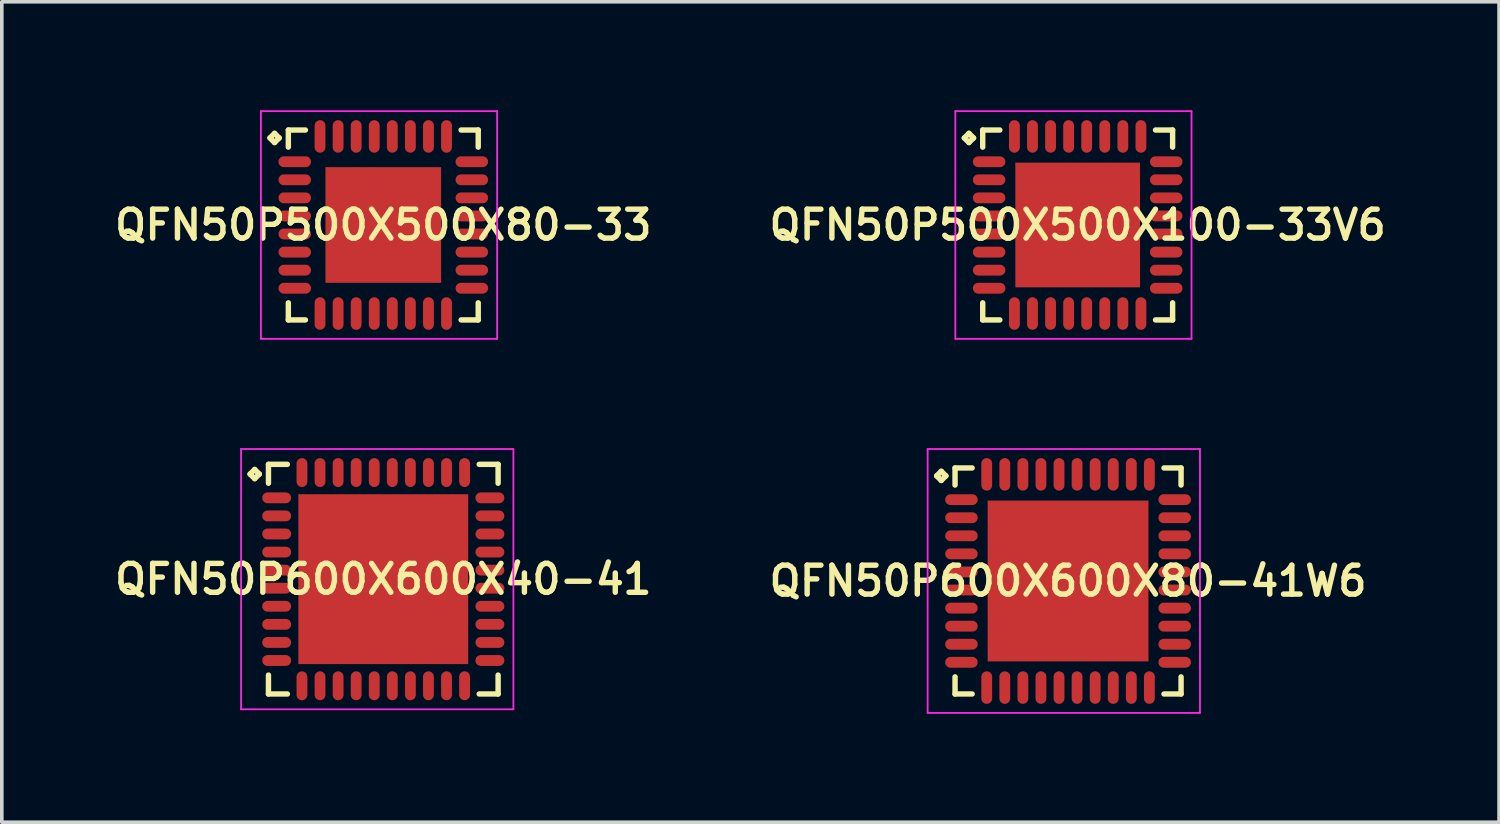
<source format=kicad_pcb>
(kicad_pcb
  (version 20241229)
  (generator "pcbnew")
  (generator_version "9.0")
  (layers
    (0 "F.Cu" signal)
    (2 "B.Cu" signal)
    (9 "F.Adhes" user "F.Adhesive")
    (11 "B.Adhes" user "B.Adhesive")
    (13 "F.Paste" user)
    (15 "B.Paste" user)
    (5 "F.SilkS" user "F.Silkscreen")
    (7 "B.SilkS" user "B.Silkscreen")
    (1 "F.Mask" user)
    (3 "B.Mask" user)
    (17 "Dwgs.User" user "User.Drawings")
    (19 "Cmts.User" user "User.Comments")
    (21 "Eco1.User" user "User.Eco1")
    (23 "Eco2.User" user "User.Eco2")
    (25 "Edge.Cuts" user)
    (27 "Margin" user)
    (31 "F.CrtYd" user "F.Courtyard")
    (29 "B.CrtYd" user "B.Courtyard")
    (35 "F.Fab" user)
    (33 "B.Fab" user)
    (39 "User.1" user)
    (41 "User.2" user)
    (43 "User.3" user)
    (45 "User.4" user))
  (footprint "QFN50P600X600X80-41W6"
    (layer "F.Cu")
    (at 26.502 13.025)
    (property "Reference" "QFN50P600X600X80-41W6" (at 0 0 0) (layer "F.SilkS") (effects (font (size 0.8 0.8) (thickness 0.15))))
    (attr smd)
    (fp_line (start -3.635 -2.908) (end -3.508 -3.035) (stroke (width 0.15) (type solid)) (layer "F.SilkS"))
    (fp_line (start -3.508 -3.035) (end -3.381 -2.908) (stroke (width 0.15) (type solid)) (layer "F.SilkS"))
    (fp_line (start -3.508 -2.781) (end -3.635 -2.908) (stroke (width 0.15) (type solid)) (layer "F.SilkS"))
    (fp_line (start -3.381 -2.908) (end -3.508 -2.781) (stroke (width 0.15) (type solid)) (layer "F.SilkS"))
    (fp_line (start -3.127 -3.127) (end -2.654 -3.127) (stroke (width 0.15) (type solid)) (layer "F.SilkS"))
    (fp_line (start -3.127 -2.654) (end -3.127 -3.127) (stroke (width 0.15) (type solid)) (layer "F.SilkS"))
    (fp_line (start -3.127 2.654) (end -3.127 3.127) (stroke (width 0.15) (type solid)) (layer "F.SilkS"))
    (fp_line (start -3.127 3.127) (end -2.654 3.127) (stroke (width 0.15) (type solid)) (layer "F.SilkS"))
    (fp_line (start 2.654 -3.127) (end 3.127 -3.127) (stroke (width 0.15) (type solid)) (layer "F.SilkS"))
    (fp_line (start 2.654 3.127) (end 3.127 3.127) (stroke (width 0.15) (type solid)) (layer "F.SilkS"))
    (fp_line (start 3.127 -3.127) (end 3.127 -2.654) (stroke (width 0.15) (type solid)) (layer "F.SilkS"))
    (fp_line (start 3.127 3.127) (end 3.127 2.654) (stroke (width 0.15) (type solid)) (layer "F.SilkS"))
    (fp_line (start -3.885 -3.65) (end 3.65 -3.65) (stroke (width 0.05) (type solid)) (layer "F.CrtYd"))
    (fp_line (start -3.885 3.65) (end -3.885 -3.65) (stroke (width 0.05) (type solid)) (layer "F.CrtYd"))
    (fp_line (start 3.65 -3.65) (end 3.65 3.65) (stroke (width 0.05) (type solid)) (layer "F.CrtYd"))
    (fp_line (start 3.65 3.65) (end -3.885 3.65) (stroke (width 0.05) (type solid)) (layer "F.CrtYd"))
    (pad "1" smd oval (at -2.95 -2.25) (size 0.9 0.3) (layers "F.Cu" "F.Mask" "F.Paste"))
    (pad "2" smd oval (at -2.95 -1.75) (size 0.9 0.3) (layers "F.Cu" "F.Mask" "F.Paste"))
    (pad "3" smd oval (at -2.95 -1.25) (size 0.9 0.3) (layers "F.Cu" "F.Mask" "F.Paste"))
    (pad "4" smd oval (at -2.95 -0.75) (size 0.9 0.3) (layers "F.Cu" "F.Mask" "F.Paste"))
    (pad "5" smd oval (at -2.95 -0.25) (size 0.9 0.3) (layers "F.Cu" "F.Mask" "F.Paste"))
    (pad "6" smd oval (at -2.95 0.25) (size 0.9 0.3) (layers "F.Cu" "F.Mask" "F.Paste"))
    (pad "7" smd oval (at -2.95 0.75) (size 0.9 0.3) (layers "F.Cu" "F.Mask" "F.Paste"))
    (pad "8" smd oval (at -2.95 1.25) (size 0.9 0.3) (layers "F.Cu" "F.Mask" "F.Paste"))
    (pad "9" smd oval (at -2.95 1.75) (size 0.9 0.3) (layers "F.Cu" "F.Mask" "F.Paste"))
    (pad "10" smd oval (at -2.95 2.25) (size 0.9 0.3) (layers "F.Cu" "F.Mask" "F.Paste"))
    (pad "11" smd oval (at -2.25 2.95) (size 0.3 0.9) (layers "F.Cu" "F.Mask" "F.Paste"))
    (pad "12" smd oval (at -1.75 2.95) (size 0.3 0.9) (layers "F.Cu" "F.Mask" "F.Paste"))
    (pad "13" smd oval (at -1.25 2.95) (size 0.3 0.9) (layers "F.Cu" "F.Mask" "F.Paste"))
    (pad "14" smd oval (at -0.75 2.95) (size 0.3 0.9) (layers "F.Cu" "F.Mask" "F.Paste"))
    (pad "15" smd oval (at -0.25 2.95) (size 0.3 0.9) (layers "F.Cu" "F.Mask" "F.Paste"))
    (pad "16" smd oval (at 0.25 2.95) (size 0.3 0.9) (layers "F.Cu" "F.Mask" "F.Paste"))
    (pad "17" smd oval (at 0.75 2.95) (size 0.3 0.9) (layers "F.Cu" "F.Mask" "F.Paste"))
    (pad "18" smd oval (at 1.25 2.95) (size 0.3 0.9) (layers "F.Cu" "F.Mask" "F.Paste"))
    (pad "19" smd oval (at 1.75 2.95) (size 0.3 0.9) (layers "F.Cu" "F.Mask" "F.Paste"))
    (pad "20" smd oval (at 2.25 2.95) (size 0.3 0.9) (layers "F.Cu" "F.Mask" "F.Paste"))
    (pad "21" smd oval (at 2.95 2.25) (size 0.9 0.3) (layers "F.Cu" "F.Mask" "F.Paste"))
    (pad "22" smd oval (at 2.95 1.75) (size 0.9 0.3) (layers "F.Cu" "F.Mask" "F.Paste"))
    (pad "23" smd oval (at 2.95 1.25) (size 0.9 0.3) (layers "F.Cu" "F.Mask" "F.Paste"))
    (pad "24" smd oval (at 2.95 0.75) (size 0.9 0.3) (layers "F.Cu" "F.Mask" "F.Paste"))
    (pad "25" smd oval (at 2.95 0.25) (size 0.9 0.3) (layers "F.Cu" "F.Mask" "F.Paste"))
    (pad "26" smd oval (at 2.95 -0.25) (size 0.9 0.3) (layers "F.Cu" "F.Mask" "F.Paste"))
    (pad "27" smd oval (at 2.95 -0.75) (size 0.9 0.3) (layers "F.Cu" "F.Mask" "F.Paste"))
    (pad "28" smd oval (at 2.95 -1.25) (size 0.9 0.3) (layers "F.Cu" "F.Mask" "F.Paste"))
    (pad "29" smd oval (at 2.95 -1.75) (size 0.9 0.3) (layers "F.Cu" "F.Mask" "F.Paste"))
    (pad "30" smd oval (at 2.95 -2.25) (size 0.9 0.3) (layers "F.Cu" "F.Mask" "F.Paste"))
    (pad "31" smd oval (at 2.25 -2.95) (size 0.3 0.9) (layers "F.Cu" "F.Mask" "F.Paste"))
    (pad "32" smd oval (at 1.75 -2.95) (size 0.3 0.9) (layers "F.Cu" "F.Mask" "F.Paste"))
    (pad "33" smd oval (at 1.25 -2.95) (size 0.3 0.9) (layers "F.Cu" "F.Mask" "F.Paste"))
    (pad "34" smd oval (at 0.75 -2.95) (size 0.3 0.9) (layers "F.Cu" "F.Mask" "F.Paste"))
    (pad "35" smd oval (at 0.25 -2.95) (size 0.3 0.9) (layers "F.Cu" "F.Mask" "F.Paste"))
    (pad "36" smd oval (at -0.25 -2.95) (size 0.3 0.9) (layers "F.Cu" "F.Mask" "F.Paste"))
    (pad "37" smd oval (at -0.75 -2.95) (size 0.3 0.9) (layers "F.Cu" "F.Mask" "F.Paste"))
    (pad "38" smd oval (at -1.25 -2.95) (size 0.3 0.9) (layers "F.Cu" "F.Mask" "F.Paste"))
    (pad "39" smd oval (at -1.75 -2.95) (size 0.3 0.9) (layers "F.Cu" "F.Mask" "F.Paste"))
    (pad "40" smd oval (at -2.25 -2.95) (size 0.3 0.9) (layers "F.Cu" "F.Mask" "F.Paste"))
    (pad "41" smd rect (at 0 0) (size 4.45 4.45) (layers "F.Cu" "F.Mask" "F.Paste")))
  (footprint "QFN50P500X500X80-33"
    (layer "F.Cu")
    (at 7.555 3.175)
    (property "Reference" "QFN50P500X500X80-33" (at 0 0 0) (layer "F.SilkS") (effects (font (size 0.8 0.8) (thickness 0.15))))
    (attr smd)
    (fp_line (start -3.135 -2.408) (end -3.008 -2.535) (stroke (width 0.15) (type solid)) (layer "F.SilkS"))
    (fp_line (start -3.008 -2.535) (end -2.881 -2.408) (stroke (width 0.15) (type solid)) (layer "F.SilkS"))
    (fp_line (start -3.008 -2.281) (end -3.135 -2.408) (stroke (width 0.15) (type solid)) (layer "F.SilkS"))
    (fp_line (start -2.881 -2.408) (end -3.008 -2.281) (stroke (width 0.15) (type solid)) (layer "F.SilkS"))
    (fp_line (start -2.627 -2.627) (end -2.154 -2.627) (stroke (width 0.15) (type solid)) (layer "F.SilkS"))
    (fp_line (start -2.627 -2.154) (end -2.627 -2.627) (stroke (width 0.15) (type solid)) (layer "F.SilkS"))
    (fp_line (start -2.627 2.154) (end -2.627 2.627) (stroke (width 0.15) (type solid)) (layer "F.SilkS"))
    (fp_line (start -2.627 2.627) (end -2.154 2.627) (stroke (width 0.15) (type solid)) (layer "F.SilkS"))
    (fp_line (start 2.154 -2.627) (end 2.627 -2.627) (stroke (width 0.15) (type solid)) (layer "F.SilkS"))
    (fp_line (start 2.154 2.627) (end 2.627 2.627) (stroke (width 0.15) (type solid)) (layer "F.SilkS"))
    (fp_line (start 2.627 -2.627) (end 2.627 -2.154) (stroke (width 0.15) (type solid)) (layer "F.SilkS"))
    (fp_line (start 2.627 2.627) (end 2.627 2.154) (stroke (width 0.15) (type solid)) (layer "F.SilkS"))
    (fp_line (start -3.385 -3.15) (end 3.15 -3.15) (stroke (width 0.05) (type solid)) (layer "F.CrtYd"))
    (fp_line (start -3.385 3.15) (end -3.385 -3.15) (stroke (width 0.05) (type solid)) (layer "F.CrtYd"))
    (fp_line (start 3.15 -3.15) (end 3.15 3.15) (stroke (width 0.05) (type solid)) (layer "F.CrtYd"))
    (fp_line (start 3.15 3.15) (end -3.385 3.15) (stroke (width 0.05) (type solid)) (layer "F.CrtYd"))
    (pad "1" smd oval (at -2.45 -1.75) (size 0.9 0.3) (layers "F.Cu" "F.Mask" "F.Paste"))
    (pad "2" smd oval (at -2.45 -1.25) (size 0.9 0.3) (layers "F.Cu" "F.Mask" "F.Paste"))
    (pad "3" smd oval (at -2.45 -0.75) (size 0.9 0.3) (layers "F.Cu" "F.Mask" "F.Paste"))
    (pad "4" smd oval (at -2.45 -0.25) (size 0.9 0.3) (layers "F.Cu" "F.Mask" "F.Paste"))
    (pad "5" smd oval (at -2.45 0.25) (size 0.9 0.3) (layers "F.Cu" "F.Mask" "F.Paste"))
    (pad "6" smd oval (at -2.45 0.75) (size 0.9 0.3) (layers "F.Cu" "F.Mask" "F.Paste"))
    (pad "7" smd oval (at -2.45 1.25) (size 0.9 0.3) (layers "F.Cu" "F.Mask" "F.Paste"))
    (pad "8" smd oval (at -2.45 1.75) (size 0.9 0.3) (layers "F.Cu" "F.Mask" "F.Paste"))
    (pad "9" smd oval (at -1.75 2.45) (size 0.3 0.9) (layers "F.Cu" "F.Mask" "F.Paste"))
    (pad "10" smd oval (at -1.25 2.45) (size 0.3 0.9) (layers "F.Cu" "F.Mask" "F.Paste"))
    (pad "11" smd oval (at -0.75 2.45) (size 0.3 0.9) (layers "F.Cu" "F.Mask" "F.Paste"))
    (pad "12" smd oval (at -0.25 2.45) (size 0.3 0.9) (layers "F.Cu" "F.Mask" "F.Paste"))
    (pad "13" smd oval (at 0.25 2.45) (size 0.3 0.9) (layers "F.Cu" "F.Mask" "F.Paste"))
    (pad "14" smd oval (at 0.75 2.45) (size 0.3 0.9) (layers "F.Cu" "F.Mask" "F.Paste"))
    (pad "15" smd oval (at 1.25 2.45) (size 0.3 0.9) (layers "F.Cu" "F.Mask" "F.Paste"))
    (pad "16" smd oval (at 1.75 2.45) (size 0.3 0.9) (layers "F.Cu" "F.Mask" "F.Paste"))
    (pad "17" smd oval (at 2.45 1.75) (size 0.9 0.3) (layers "F.Cu" "F.Mask" "F.Paste"))
    (pad "18" smd oval (at 2.45 1.25) (size 0.9 0.3) (layers "F.Cu" "F.Mask" "F.Paste"))
    (pad "19" smd oval (at 2.45 0.75) (size 0.9 0.3) (layers "F.Cu" "F.Mask" "F.Paste"))
    (pad "20" smd oval (at 2.45 0.25) (size 0.9 0.3) (layers "F.Cu" "F.Mask" "F.Paste"))
    (pad "21" smd oval (at 2.45 -0.25) (size 0.9 0.3) (layers "F.Cu" "F.Mask" "F.Paste"))
    (pad "22" smd oval (at 2.45 -0.75) (size 0.9 0.3) (layers "F.Cu" "F.Mask" "F.Paste"))
    (pad "23" smd oval (at 2.45 -1.25) (size 0.9 0.3) (layers "F.Cu" "F.Mask" "F.Paste"))
    (pad "24" smd oval (at 2.45 -1.75) (size 0.9 0.3) (layers "F.Cu" "F.Mask" "F.Paste"))
    (pad "25" smd oval (at 1.75 -2.45) (size 0.3 0.9) (layers "F.Cu" "F.Mask" "F.Paste"))
    (pad "26" smd oval (at 1.25 -2.45) (size 0.3 0.9) (layers "F.Cu" "F.Mask" "F.Paste"))
    (pad "27" smd oval (at 0.75 -2.45) (size 0.3 0.9) (layers "F.Cu" "F.Mask" "F.Paste"))
    (pad "28" smd oval (at 0.25 -2.45) (size 0.3 0.9) (layers "F.Cu" "F.Mask" "F.Paste"))
    (pad "29" smd oval (at -0.25 -2.45) (size 0.3 0.9) (layers "F.Cu" "F.Mask" "F.Paste"))
    (pad "30" smd oval (at -0.75 -2.45) (size 0.3 0.9) (layers "F.Cu" "F.Mask" "F.Paste"))
    (pad "31" smd oval (at -1.25 -2.45) (size 0.3 0.9) (layers "F.Cu" "F.Mask" "F.Paste"))
    (pad "32" smd oval (at -1.75 -2.45) (size 0.3 0.9) (layers "F.Cu" "F.Mask" "F.Paste"))
    (pad "33" smd rect (at 0 0) (size 3.2 3.2) (layers "F.Cu" "F.Mask" "F.Paste")))
  (footprint "QFN50P500X500X100-33V6"
    (layer "F.Cu")
    (at 26.768 3.175)
    (property "Reference" "QFN50P500X500X100-33V6" (at 0 0 0) (layer "F.SilkS") (effects (font (size 0.8 0.8) (thickness 0.15))))
    (attr smd)
    (fp_line (start -3.135 -2.408) (end -3.008 -2.535) (stroke (width 0.15) (type solid)) (layer "F.SilkS"))
    (fp_line (start -3.008 -2.535) (end -2.881 -2.408) (stroke (width 0.15) (type solid)) (layer "F.SilkS"))
    (fp_line (start -3.008 -2.281) (end -3.135 -2.408) (stroke (width 0.15) (type solid)) (layer "F.SilkS"))
    (fp_line (start -2.881 -2.408) (end -3.008 -2.281) (stroke (width 0.15) (type solid)) (layer "F.SilkS"))
    (fp_line (start -2.627 -2.627) (end -2.154 -2.627) (stroke (width 0.15) (type solid)) (layer "F.SilkS"))
    (fp_line (start -2.627 -2.154) (end -2.627 -2.627) (stroke (width 0.15) (type solid)) (layer "F.SilkS"))
    (fp_line (start -2.627 2.154) (end -2.627 2.627) (stroke (width 0.15) (type solid)) (layer "F.SilkS"))
    (fp_line (start -2.627 2.627) (end -2.154 2.627) (stroke (width 0.15) (type solid)) (layer "F.SilkS"))
    (fp_line (start 2.154 -2.627) (end 2.627 -2.627) (stroke (width 0.15) (type solid)) (layer "F.SilkS"))
    (fp_line (start 2.154 2.627) (end 2.627 2.627) (stroke (width 0.15) (type solid)) (layer "F.SilkS"))
    (fp_line (start 2.627 -2.627) (end 2.627 -2.154) (stroke (width 0.15) (type solid)) (layer "F.SilkS"))
    (fp_line (start 2.627 2.627) (end 2.627 2.154) (stroke (width 0.15) (type solid)) (layer "F.SilkS"))
    (fp_line (start -3.385 -3.15) (end 3.15 -3.15) (stroke (width 0.05) (type solid)) (layer "F.CrtYd"))
    (fp_line (start -3.385 3.15) (end -3.385 -3.15) (stroke (width 0.05) (type solid)) (layer "F.CrtYd"))
    (fp_line (start 3.15 -3.15) (end 3.15 3.15) (stroke (width 0.05) (type solid)) (layer "F.CrtYd"))
    (fp_line (start 3.15 3.15) (end -3.385 3.15) (stroke (width 0.05) (type solid)) (layer "F.CrtYd"))
    (pad "1" smd oval (at -2.45 -1.75) (size 0.9 0.3) (layers "F.Cu" "F.Mask" "F.Paste"))
    (pad "2" smd oval (at -2.45 -1.25) (size 0.9 0.3) (layers "F.Cu" "F.Mask" "F.Paste"))
    (pad "3" smd oval (at -2.45 -0.75) (size 0.9 0.3) (layers "F.Cu" "F.Mask" "F.Paste"))
    (pad "4" smd oval (at -2.45 -0.25) (size 0.9 0.3) (layers "F.Cu" "F.Mask" "F.Paste"))
    (pad "5" smd oval (at -2.45 0.25) (size 0.9 0.3) (layers "F.Cu" "F.Mask" "F.Paste"))
    (pad "6" smd oval (at -2.45 0.75) (size 0.9 0.3) (layers "F.Cu" "F.Mask" "F.Paste"))
    (pad "7" smd oval (at -2.45 1.25) (size 0.9 0.3) (layers "F.Cu" "F.Mask" "F.Paste"))
    (pad "8" smd oval (at -2.45 1.75) (size 0.9 0.3) (layers "F.Cu" "F.Mask" "F.Paste"))
    (pad "9" smd oval (at -1.75 2.45) (size 0.3 0.9) (layers "F.Cu" "F.Mask" "F.Paste"))
    (pad "10" smd oval (at -1.25 2.45) (size 0.3 0.9) (layers "F.Cu" "F.Mask" "F.Paste"))
    (pad "11" smd oval (at -0.75 2.45) (size 0.3 0.9) (layers "F.Cu" "F.Mask" "F.Paste"))
    (pad "12" smd oval (at -0.25 2.45) (size 0.3 0.9) (layers "F.Cu" "F.Mask" "F.Paste"))
    (pad "13" smd oval (at 0.25 2.45) (size 0.3 0.9) (layers "F.Cu" "F.Mask" "F.Paste"))
    (pad "14" smd oval (at 0.75 2.45) (size 0.3 0.9) (layers "F.Cu" "F.Mask" "F.Paste"))
    (pad "15" smd oval (at 1.25 2.45) (size 0.3 0.9) (layers "F.Cu" "F.Mask" "F.Paste"))
    (pad "16" smd oval (at 1.75 2.45) (size 0.3 0.9) (layers "F.Cu" "F.Mask" "F.Paste"))
    (pad "17" smd oval (at 2.45 1.75) (size 0.9 0.3) (layers "F.Cu" "F.Mask" "F.Paste"))
    (pad "18" smd oval (at 2.45 1.25) (size 0.9 0.3) (layers "F.Cu" "F.Mask" "F.Paste"))
    (pad "19" smd oval (at 2.45 0.75) (size 0.9 0.3) (layers "F.Cu" "F.Mask" "F.Paste"))
    (pad "20" smd oval (at 2.45 0.25) (size 0.9 0.3) (layers "F.Cu" "F.Mask" "F.Paste"))
    (pad "21" smd oval (at 2.45 -0.25) (size 0.9 0.3) (layers "F.Cu" "F.Mask" "F.Paste"))
    (pad "22" smd oval (at 2.45 -0.75) (size 0.9 0.3) (layers "F.Cu" "F.Mask" "F.Paste"))
    (pad "23" smd oval (at 2.45 -1.25) (size 0.9 0.3) (layers "F.Cu" "F.Mask" "F.Paste"))
    (pad "24" smd oval (at 2.45 -1.75) (size 0.9 0.3) (layers "F.Cu" "F.Mask" "F.Paste"))
    (pad "25" smd oval (at 1.75 -2.45) (size 0.3 0.9) (layers "F.Cu" "F.Mask" "F.Paste"))
    (pad "26" smd oval (at 1.25 -2.45) (size 0.3 0.9) (layers "F.Cu" "F.Mask" "F.Paste"))
    (pad "27" smd oval (at 0.75 -2.45) (size 0.3 0.9) (layers "F.Cu" "F.Mask" "F.Paste"))
    (pad "28" smd oval (at 0.25 -2.45) (size 0.3 0.9) (layers "F.Cu" "F.Mask" "F.Paste"))
    (pad "29" smd oval (at -0.25 -2.45) (size 0.3 0.9) (layers "F.Cu" "F.Mask" "F.Paste"))
    (pad "30" smd oval (at -0.75 -2.45) (size 0.3 0.9) (layers "F.Cu" "F.Mask" "F.Paste"))
    (pad "31" smd oval (at -1.25 -2.45) (size 0.3 0.9) (layers "F.Cu" "F.Mask" "F.Paste"))
    (pad "32" smd oval (at -1.75 -2.45) (size 0.3 0.9) (layers "F.Cu" "F.Mask" "F.Paste"))
    (pad "33" smd rect (at 0 0) (size 3.45 3.45) (layers "F.Cu" "F.Mask" "F.Paste")))
  (footprint "QFN50P600X600X40-41"
    (layer "F.Cu")
    (at 7.555 12.975)
    (property "Reference" "QFN50P600X600X40-41" (at 0 0 0) (layer "F.SilkS") (effects (font (size 0.8 0.8) (thickness 0.15))))
    (attr smd)
    (fp_line (start -3.685 -2.908) (end -3.558 -3.035) (stroke (width 0.15) (type solid)) (layer "F.SilkS"))
    (fp_line (start -3.558 -3.035) (end -3.431 -2.908) (stroke (width 0.15) (type solid)) (layer "F.SilkS"))
    (fp_line (start -3.558 -2.781) (end -3.685 -2.908) (stroke (width 0.15) (type solid)) (layer "F.SilkS"))
    (fp_line (start -3.431 -2.908) (end -3.558 -2.781) (stroke (width 0.15) (type solid)) (layer "F.SilkS"))
    (fp_line (start -3.177 -3.177) (end -2.654 -3.177) (stroke (width 0.15) (type solid)) (layer "F.SilkS"))
    (fp_line (start -3.177 -2.654) (end -3.177 -3.177) (stroke (width 0.15) (type solid)) (layer "F.SilkS"))
    (fp_line (start -3.177 2.654) (end -3.177 3.177) (stroke (width 0.15) (type solid)) (layer "F.SilkS"))
    (fp_line (start -3.177 3.177) (end -2.654 3.177) (stroke (width 0.15) (type solid)) (layer "F.SilkS"))
    (fp_line (start 2.654 -3.177) (end 3.177 -3.177) (stroke (width 0.15) (type solid)) (layer "F.SilkS"))
    (fp_line (start 2.654 3.177) (end 3.177 3.177) (stroke (width 0.15) (type solid)) (layer "F.SilkS"))
    (fp_line (start 3.177 -3.177) (end 3.177 -2.654) (stroke (width 0.15) (type solid)) (layer "F.SilkS"))
    (fp_line (start 3.177 3.177) (end 3.177 2.654) (stroke (width 0.15) (type solid)) (layer "F.SilkS"))
    (fp_line (start -3.935 -3.6) (end 3.6 -3.6) (stroke (width 0.05) (type solid)) (layer "F.CrtYd"))
    (fp_line (start -3.935 3.6) (end -3.935 -3.6) (stroke (width 0.05) (type solid)) (layer "F.CrtYd"))
    (fp_line (start 3.6 -3.6) (end 3.6 3.6) (stroke (width 0.05) (type solid)) (layer "F.CrtYd"))
    (fp_line (start 3.6 3.6) (end -3.935 3.6) (stroke (width 0.05) (type solid)) (layer "F.CrtYd"))
    (pad "1" smd oval (at -2.95 -2.25) (size 0.8 0.3) (layers "F.Cu" "F.Mask" "F.Paste"))
    (pad "2" smd oval (at -2.95 -1.75) (size 0.8 0.3) (layers "F.Cu" "F.Mask" "F.Paste"))
    (pad "3" smd oval (at -2.95 -1.25) (size 0.8 0.3) (layers "F.Cu" "F.Mask" "F.Paste"))
    (pad "4" smd oval (at -2.95 -0.75) (size 0.8 0.3) (layers "F.Cu" "F.Mask" "F.Paste"))
    (pad "5" smd oval (at -2.95 -0.25) (size 0.8 0.3) (layers "F.Cu" "F.Mask" "F.Paste"))
    (pad "6" smd oval (at -2.95 0.25) (size 0.8 0.3) (layers "F.Cu" "F.Mask" "F.Paste"))
    (pad "7" smd oval (at -2.95 0.75) (size 0.8 0.3) (layers "F.Cu" "F.Mask" "F.Paste"))
    (pad "8" smd oval (at -2.95 1.25) (size 0.8 0.3) (layers "F.Cu" "F.Mask" "F.Paste"))
    (pad "9" smd oval (at -2.95 1.75) (size 0.8 0.3) (layers "F.Cu" "F.Mask" "F.Paste"))
    (pad "10" smd oval (at -2.95 2.25) (size 0.8 0.3) (layers "F.Cu" "F.Mask" "F.Paste"))
    (pad "11" smd oval (at -2.25 2.95) (size 0.3 0.8) (layers "F.Cu" "F.Mask" "F.Paste"))
    (pad "12" smd oval (at -1.75 2.95) (size 0.3 0.8) (layers "F.Cu" "F.Mask" "F.Paste"))
    (pad "13" smd oval (at -1.25 2.95) (size 0.3 0.8) (layers "F.Cu" "F.Mask" "F.Paste"))
    (pad "14" smd oval (at -0.75 2.95) (size 0.3 0.8) (layers "F.Cu" "F.Mask" "F.Paste"))
    (pad "15" smd oval (at -0.25 2.95) (size 0.3 0.8) (layers "F.Cu" "F.Mask" "F.Paste"))
    (pad "16" smd oval (at 0.25 2.95) (size 0.3 0.8) (layers "F.Cu" "F.Mask" "F.Paste"))
    (pad "17" smd oval (at 0.75 2.95) (size 0.3 0.8) (layers "F.Cu" "F.Mask" "F.Paste"))
    (pad "18" smd oval (at 1.25 2.95) (size 0.3 0.8) (layers "F.Cu" "F.Mask" "F.Paste"))
    (pad "19" smd oval (at 1.75 2.95) (size 0.3 0.8) (layers "F.Cu" "F.Mask" "F.Paste"))
    (pad "20" smd oval (at 2.25 2.95) (size 0.3 0.8) (layers "F.Cu" "F.Mask" "F.Paste"))
    (pad "21" smd oval (at 2.95 2.25) (size 0.8 0.3) (layers "F.Cu" "F.Mask" "F.Paste"))
    (pad "22" smd oval (at 2.95 1.75) (size 0.8 0.3) (layers "F.Cu" "F.Mask" "F.Paste"))
    (pad "23" smd oval (at 2.95 1.25) (size 0.8 0.3) (layers "F.Cu" "F.Mask" "F.Paste"))
    (pad "24" smd oval (at 2.95 0.75) (size 0.8 0.3) (layers "F.Cu" "F.Mask" "F.Paste"))
    (pad "25" smd oval (at 2.95 0.25) (size 0.8 0.3) (layers "F.Cu" "F.Mask" "F.Paste"))
    (pad "26" smd oval (at 2.95 -0.25) (size 0.8 0.3) (layers "F.Cu" "F.Mask" "F.Paste"))
    (pad "27" smd oval (at 2.95 -0.75) (size 0.8 0.3) (layers "F.Cu" "F.Mask" "F.Paste"))
    (pad "28" smd oval (at 2.95 -1.25) (size 0.8 0.3) (layers "F.Cu" "F.Mask" "F.Paste"))
    (pad "29" smd oval (at 2.95 -1.75) (size 0.8 0.3) (layers "F.Cu" "F.Mask" "F.Paste"))
    (pad "30" smd oval (at 2.95 -2.25) (size 0.8 0.3) (layers "F.Cu" "F.Mask" "F.Paste"))
    (pad "31" smd oval (at 2.25 -2.95) (size 0.3 0.8) (layers "F.Cu" "F.Mask" "F.Paste"))
    (pad "32" smd oval (at 1.75 -2.95) (size 0.3 0.8) (layers "F.Cu" "F.Mask" "F.Paste"))
    (pad "33" smd oval (at 1.25 -2.95) (size 0.3 0.8) (layers "F.Cu" "F.Mask" "F.Paste"))
    (pad "34" smd oval (at 0.75 -2.95) (size 0.3 0.8) (layers "F.Cu" "F.Mask" "F.Paste"))
    (pad "35" smd oval (at 0.25 -2.95) (size 0.3 0.8) (layers "F.Cu" "F.Mask" "F.Paste"))
    (pad "36" smd oval (at -0.25 -2.95) (size 0.3 0.8) (layers "F.Cu" "F.Mask" "F.Paste"))
    (pad "37" smd oval (at -0.75 -2.95) (size 0.3 0.8) (layers "F.Cu" "F.Mask" "F.Paste"))
    (pad "38" smd oval (at -1.25 -2.95) (size 0.3 0.8) (layers "F.Cu" "F.Mask" "F.Paste"))
    (pad "39" smd oval (at -1.75 -2.95) (size 0.3 0.8) (layers "F.Cu" "F.Mask" "F.Paste"))
    (pad "40" smd oval (at -2.25 -2.95) (size 0.3 0.8) (layers "F.Cu" "F.Mask" "F.Paste"))
    (pad "41" smd rect (at 0 0) (size 4.7 4.7) (layers "F.Cu" "F.Mask" "F.Paste")))
  (gr_rect
    (start -3 -3)
    (end 38.428 19.7)
    (stroke (width 0.1) (type default))
    (fill no)
    (layer "Edge.Cuts")))
</source>
